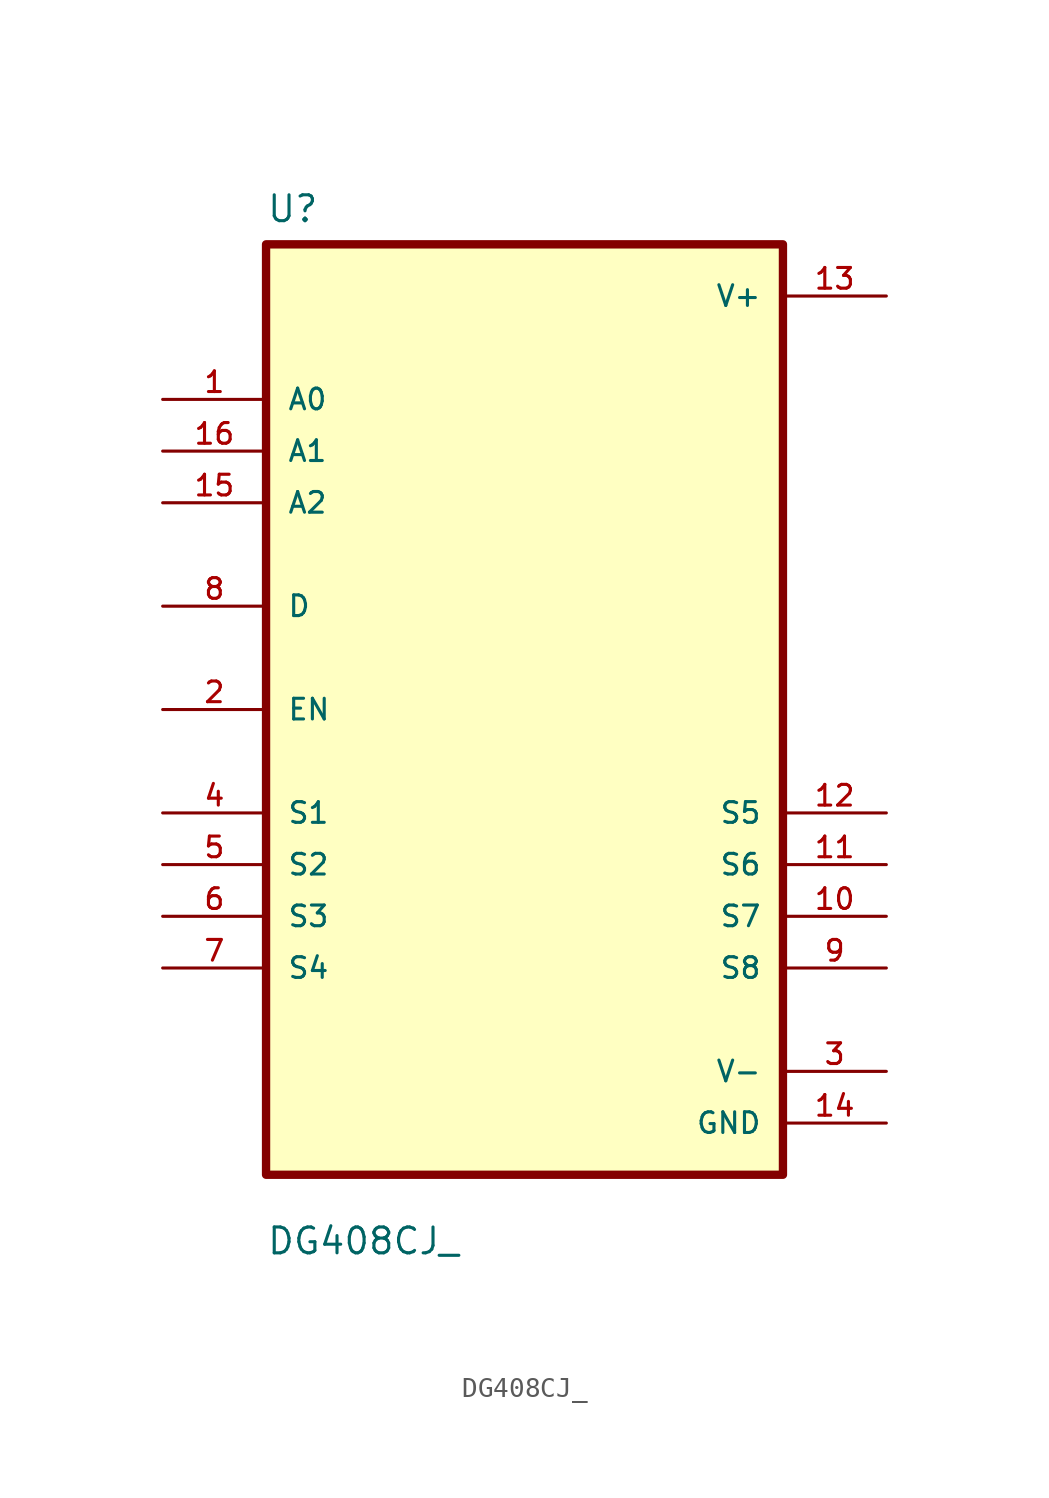
<source format=kicad_sym>
(kicad_symbol_lib
  (version 20211014)
  (generator kicad_symbol_editor)
  (symbol "DG408CJ_"
    (pin_names
      (offset 1.016))
    (property "Reference" "U"
      (at -12.7 23.86 0.0)
      (effects (font (size 1.27 1.27)) (justify bottom left)))
    (property "Value" "DG408CJ_"
      (at -12.7 -26.86 0.0)
      (effects (font (size 1.27 1.27)) (justify bottom left)))
    (symbol "DG408CJ__0_0"
      (rectangle (start -12.7 -22.86) (end 12.7 22.86) (stroke (width 0.41)) (fill (type background)))
      (pin bidirectional line (at -17.78 15.24 0) (length 5.08) (name "A0" (effects (font (size 1.016 1.016)))) (number "1" (effects (font (size 1.016 1.016)))))
      (pin bidirectional line (at -17.78 12.7 0) (length 5.08) (name "A1" (effects (font (size 1.016 1.016)))) (number "16" (effects (font (size 1.016 1.016)))))
      (pin bidirectional line (at -17.78 10.16 0) (length 5.08) (name "A2" (effects (font (size 1.016 1.016)))) (number "15" (effects (font (size 1.016 1.016)))))
      (pin bidirectional line (at -17.78 5.08 0) (length 5.08) (name "D" (effects (font (size 1.016 1.016)))) (number "8" (effects (font (size 1.016 1.016)))))
      (pin bidirectional line (at -17.78 3.55271e-15 0) (length 5.08) (name "EN" (effects (font (size 1.016 1.016)))) (number "2" (effects (font (size 1.016 1.016)))))
      (pin bidirectional line (at -17.78 -5.08 0) (length 5.08) (name "S1" (effects (font (size 1.016 1.016)))) (number "4" (effects (font (size 1.016 1.016)))))
      (pin bidirectional line (at -17.78 -7.62 0) (length 5.08) (name "S2" (effects (font (size 1.016 1.016)))) (number "5" (effects (font (size 1.016 1.016)))))
      (pin bidirectional line (at -17.78 -10.16 0) (length 5.08) (name "S3" (effects (font (size 1.016 1.016)))) (number "6" (effects (font (size 1.016 1.016)))))
      (pin bidirectional line (at -17.78 -12.7 0) (length 5.08) (name "S4" (effects (font (size 1.016 1.016)))) (number "7" (effects (font (size 1.016 1.016)))))
      (pin power_in line (at 17.78 20.32 180.0) (length 5.08) (name "V+" (effects (font (size 1.016 1.016)))) (number "13" (effects (font (size 1.016 1.016)))))
      (pin bidirectional line (at 17.78 -5.08 180.0) (length 5.08) (name "S5" (effects (font (size 1.016 1.016)))) (number "12" (effects (font (size 1.016 1.016)))))
      (pin bidirectional line (at 17.78 -7.62 180.0) (length 5.08) (name "S6" (effects (font (size 1.016 1.016)))) (number "11" (effects (font (size 1.016 1.016)))))
      (pin bidirectional line (at 17.78 -10.16 180.0) (length 5.08) (name "S7" (effects (font (size 1.016 1.016)))) (number "10" (effects (font (size 1.016 1.016)))))
      (pin bidirectional line (at 17.78 -12.7 180.0) (length 5.08) (name "S8" (effects (font (size 1.016 1.016)))) (number "9" (effects (font (size 1.016 1.016)))))
      (pin power_in line (at 17.78 -17.78 180.0) (length 5.08) (name "V-" (effects (font (size 1.016 1.016)))) (number "3" (effects (font (size 1.016 1.016)))))
      (pin power_in line (at 17.78 -20.32 180.0) (length 5.08) (name "GND" (effects (font (size 1.016 1.016)))) (number "14" (effects (font (size 1.016 1.016))))))))
</source>
